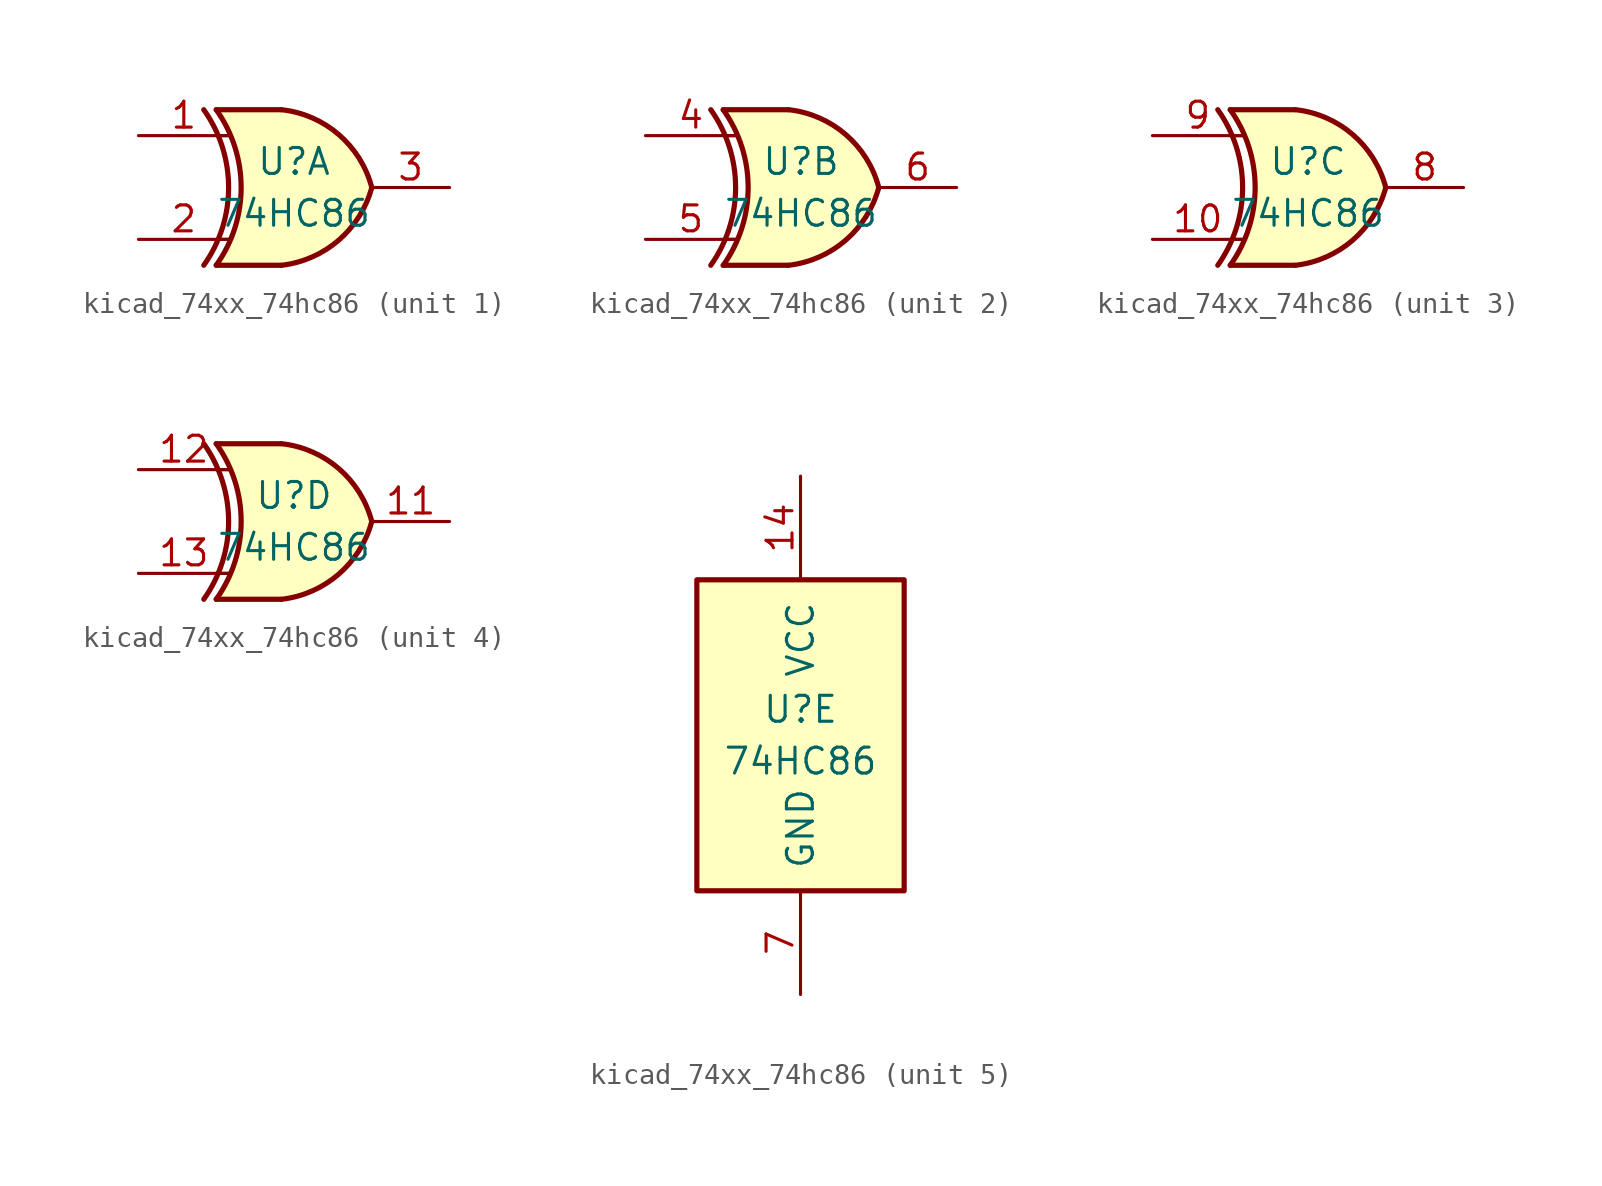
<source format=kicad_sym>
(kicad_symbol_lib
  (version 20220914)
  (generator kicad_symbol_editor)
  (symbol "kicad_74xx_74hc86"
    (pin_names
      (offset 1.016))
    (property "Reference" "U"
      (at 0 1.27 0)
      (effects (font (size 1.27 1.27))))
    (property "Value" "74HC86"
      (at 0 -1.27 0)
      (effects (font (size 1.27 1.27))))
    (property "ki_locked" ""
      (at 0 0 0)
      (effects (font (size 1.27 1.27))))
    (symbol "kicad_74xx_74hc86_1_0"
      (arc (start -4.4196 -3.81) (mid -3.2033 0) (end -4.4196 3.81) (stroke (width 0.254) (type default)) (fill (type none)))
      (arc (start -3.81 -3.81) (mid -2.589 0) (end -3.81 3.81) (stroke (width 0.254) (type default)) (fill (type none)))
      (arc (start -0.6096 -3.81) (mid 2.1842 -2.5851) (end 3.81 0) (stroke (width 0.254) (type default)) (fill (type background)))
      (polyline (pts (xy -3.81 -3.81) (xy -0.635 -3.81)) (stroke (width 0.254) (type default)) (fill (type background)))
      (polyline (pts (xy -3.81 3.81) (xy -0.635 3.81)) (stroke (width 0.254) (type default)) (fill (type background)))
      (polyline (pts (xy -0.635 3.81) (xy -3.81 3.81) (xy -3.81 3.81) (xy -3.556 3.404) (xy -3.023 2.261) (xy -2.692 1.041) (xy -2.616 -0.254) (xy -2.769 -1.499) (xy -3.175 -2.718) (xy -3.81 -3.81) (xy -3.81 -3.81) (xy -0.635 -3.81)) (stroke (width -25.4) (type default)) (fill (type background)))
      (arc (start 3.81 0) (mid 2.1915 2.5936) (end -0.6096 3.81) (stroke (width 0.254) (type default)) (fill (type background)))
      (pin input line (at -7.62 2.54 0) (length 4.445) (name "~" (effects (font (size 1.27 1.27)))) (number "1" (effects (font (size 1.27 1.27)))))
      (pin input line (at -7.62 -2.54 0) (length 4.445) (name "~" (effects (font (size 1.27 1.27)))) (number "2" (effects (font (size 1.27 1.27)))))
      (pin output line (at 7.62 0 180) (length 3.81) (name "~" (effects (font (size 1.27 1.27)))) (number "3" (effects (font (size 1.27 1.27))))))
    (symbol "kicad_74xx_74hc86_1_1"
      (polyline (pts (xy -3.81 -2.54) (xy -3.175 -2.54)) (stroke (width 0.152) (type default)) (fill (type none)))
      (polyline (pts (xy -3.81 2.54) (xy -3.175 2.54)) (stroke (width 0.152) (type default)) (fill (type none))))
    (symbol "kicad_74xx_74hc86_2_0"
      (arc (start -4.4196 -3.81) (mid -3.2033 0) (end -4.4196 3.81) (stroke (width 0.254) (type default)) (fill (type none)))
      (arc (start -3.81 -3.81) (mid -2.589 0) (end -3.81 3.81) (stroke (width 0.254) (type default)) (fill (type none)))
      (arc (start -0.6096 -3.81) (mid 2.1842 -2.5851) (end 3.81 0) (stroke (width 0.254) (type default)) (fill (type background)))
      (polyline (pts (xy -3.81 -3.81) (xy -0.635 -3.81)) (stroke (width 0.254) (type default)) (fill (type background)))
      (polyline (pts (xy -3.81 3.81) (xy -0.635 3.81)) (stroke (width 0.254) (type default)) (fill (type background)))
      (polyline (pts (xy -0.635 3.81) (xy -3.81 3.81) (xy -3.81 3.81) (xy -3.556 3.404) (xy -3.023 2.261) (xy -2.692 1.041) (xy -2.616 -0.254) (xy -2.769 -1.499) (xy -3.175 -2.718) (xy -3.81 -3.81) (xy -3.81 -3.81) (xy -0.635 -3.81)) (stroke (width -25.4) (type default)) (fill (type background)))
      (arc (start 3.81 0) (mid 2.1915 2.5936) (end -0.6096 3.81) (stroke (width 0.254) (type default)) (fill (type background)))
      (pin input line (at -7.62 2.54 0) (length 4.445) (name "~" (effects (font (size 1.27 1.27)))) (number "4" (effects (font (size 1.27 1.27)))))
      (pin input line (at -7.62 -2.54 0) (length 4.445) (name "~" (effects (font (size 1.27 1.27)))) (number "5" (effects (font (size 1.27 1.27)))))
      (pin output line (at 7.62 0 180) (length 3.81) (name "~" (effects (font (size 1.27 1.27)))) (number "6" (effects (font (size 1.27 1.27))))))
    (symbol "kicad_74xx_74hc86_2_1"
      (polyline (pts (xy -3.81 -2.54) (xy -3.175 -2.54)) (stroke (width 0.152) (type default)) (fill (type none)))
      (polyline (pts (xy -3.81 2.54) (xy -3.175 2.54)) (stroke (width 0.152) (type default)) (fill (type none))))
    (symbol "kicad_74xx_74hc86_3_0"
      (arc (start -4.4196 -3.81) (mid -3.2033 0) (end -4.4196 3.81) (stroke (width 0.254) (type default)) (fill (type none)))
      (arc (start -3.81 -3.81) (mid -2.589 0) (end -3.81 3.81) (stroke (width 0.254) (type default)) (fill (type none)))
      (arc (start -0.6096 -3.81) (mid 2.1842 -2.5851) (end 3.81 0) (stroke (width 0.254) (type default)) (fill (type background)))
      (polyline (pts (xy -3.81 -3.81) (xy -0.635 -3.81)) (stroke (width 0.254) (type default)) (fill (type background)))
      (polyline (pts (xy -3.81 3.81) (xy -0.635 3.81)) (stroke (width 0.254) (type default)) (fill (type background)))
      (polyline (pts (xy -0.635 3.81) (xy -3.81 3.81) (xy -3.81 3.81) (xy -3.556 3.404) (xy -3.023 2.261) (xy -2.692 1.041) (xy -2.616 -0.254) (xy -2.769 -1.499) (xy -3.175 -2.718) (xy -3.81 -3.81) (xy -3.81 -3.81) (xy -0.635 -3.81)) (stroke (width -25.4) (type default)) (fill (type background)))
      (arc (start 3.81 0) (mid 2.1915 2.5936) (end -0.6096 3.81) (stroke (width 0.254) (type default)) (fill (type background)))
      (pin input line (at -7.62 -2.54 0) (length 4.445) (name "~" (effects (font (size 1.27 1.27)))) (number "10" (effects (font (size 1.27 1.27)))))
      (pin output line (at 7.62 0 180) (length 3.81) (name "~" (effects (font (size 1.27 1.27)))) (number "8" (effects (font (size 1.27 1.27)))))
      (pin input line (at -7.62 2.54 0) (length 4.445) (name "~" (effects (font (size 1.27 1.27)))) (number "9" (effects (font (size 1.27 1.27))))))
    (symbol "kicad_74xx_74hc86_3_1"
      (polyline (pts (xy -3.81 -2.54) (xy -3.175 -2.54)) (stroke (width 0.152) (type default)) (fill (type none)))
      (polyline (pts (xy -3.81 2.54) (xy -3.175 2.54)) (stroke (width 0.152) (type default)) (fill (type none))))
    (symbol "kicad_74xx_74hc86_4_0"
      (arc (start -4.4196 -3.81) (mid -3.2033 0) (end -4.4196 3.81) (stroke (width 0.254) (type default)) (fill (type none)))
      (arc (start -3.81 -3.81) (mid -2.589 0) (end -3.81 3.81) (stroke (width 0.254) (type default)) (fill (type none)))
      (arc (start -0.6096 -3.81) (mid 2.1842 -2.5851) (end 3.81 0) (stroke (width 0.254) (type default)) (fill (type background)))
      (polyline (pts (xy -3.81 -3.81) (xy -0.635 -3.81)) (stroke (width 0.254) (type default)) (fill (type background)))
      (polyline (pts (xy -3.81 3.81) (xy -0.635 3.81)) (stroke (width 0.254) (type default)) (fill (type background)))
      (polyline (pts (xy -0.635 3.81) (xy -3.81 3.81) (xy -3.81 3.81) (xy -3.556 3.404) (xy -3.023 2.261) (xy -2.692 1.041) (xy -2.616 -0.254) (xy -2.769 -1.499) (xy -3.175 -2.718) (xy -3.81 -3.81) (xy -3.81 -3.81) (xy -0.635 -3.81)) (stroke (width -25.4) (type default)) (fill (type background)))
      (arc (start 3.81 0) (mid 2.1915 2.5936) (end -0.6096 3.81) (stroke (width 0.254) (type default)) (fill (type background)))
      (pin output line (at 7.62 0 180) (length 3.81) (name "~" (effects (font (size 1.27 1.27)))) (number "11" (effects (font (size 1.27 1.27)))))
      (pin input line (at -7.62 2.54 0) (length 4.445) (name "~" (effects (font (size 1.27 1.27)))) (number "12" (effects (font (size 1.27 1.27)))))
      (pin input line (at -7.62 -2.54 0) (length 4.445) (name "~" (effects (font (size 1.27 1.27)))) (number "13" (effects (font (size 1.27 1.27))))))
    (symbol "kicad_74xx_74hc86_4_1"
      (polyline (pts (xy -3.81 -2.54) (xy -3.175 -2.54)) (stroke (width 0.152) (type default)) (fill (type none)))
      (polyline (pts (xy -3.81 2.54) (xy -3.175 2.54)) (stroke (width 0.152) (type default)) (fill (type none))))
    (symbol "kicad_74xx_74hc86_5_0"
      (pin power_in line (at 0 12.7 270) (length 5.08) (name "VCC" (effects (font (size 1.27 1.27)))) (number "14" (effects (font (size 1.27 1.27)))))
      (pin power_in line (at 0 -12.7 90) (length 5.08) (name "GND" (effects (font (size 1.27 1.27)))) (number "7" (effects (font (size 1.27 1.27))))))
    (symbol "kicad_74xx_74hc86_5_1"
      (rectangle (start -5.08 7.62) (end 5.08 -7.62) (stroke (width 0.254) (type default)) (fill (type background))))))
</source>
